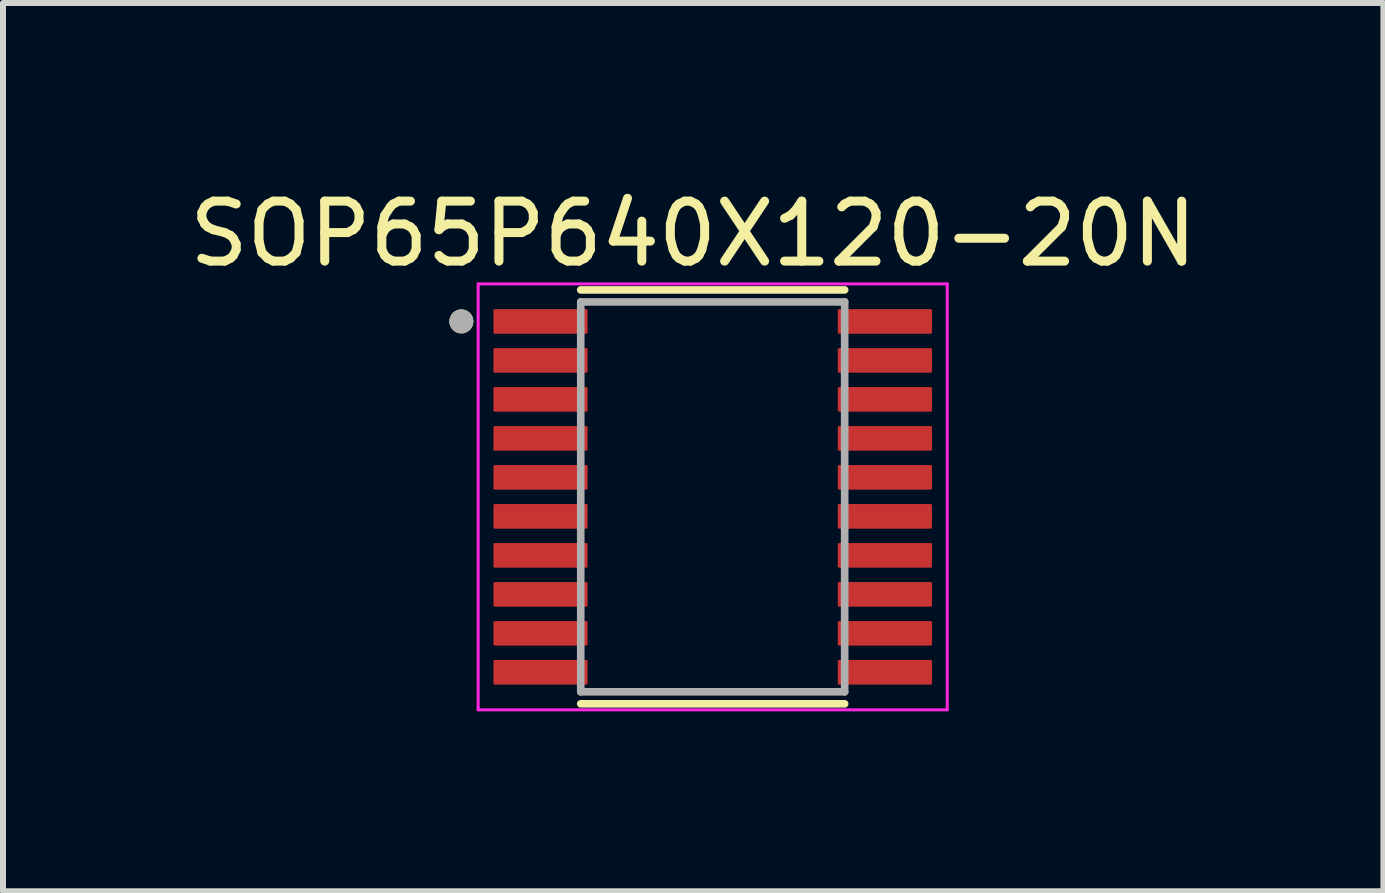
<source format=kicad_pcb>
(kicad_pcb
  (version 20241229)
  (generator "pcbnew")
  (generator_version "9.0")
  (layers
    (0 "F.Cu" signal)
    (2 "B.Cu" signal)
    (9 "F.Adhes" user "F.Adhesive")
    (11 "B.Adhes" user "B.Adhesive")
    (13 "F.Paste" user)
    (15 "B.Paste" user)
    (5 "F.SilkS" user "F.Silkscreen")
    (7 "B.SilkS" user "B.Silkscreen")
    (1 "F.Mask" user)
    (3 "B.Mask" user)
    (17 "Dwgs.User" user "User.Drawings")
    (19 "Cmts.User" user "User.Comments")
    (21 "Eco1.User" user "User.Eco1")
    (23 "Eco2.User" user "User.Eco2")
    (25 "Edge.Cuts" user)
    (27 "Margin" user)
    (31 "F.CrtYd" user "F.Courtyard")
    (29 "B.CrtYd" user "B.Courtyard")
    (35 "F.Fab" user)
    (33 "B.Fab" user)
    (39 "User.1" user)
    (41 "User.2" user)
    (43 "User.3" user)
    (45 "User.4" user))
  (footprint "SOP65P640X120-20N"
    (layer "F.Cu")
    (at 8.831 5.233)
    (property "Reference" "SOP65P640X120-20N" (at -0.325 -4.385 0) (layer "F.SilkS") (effects (font (size 1 1) (thickness 0.15))))
    (attr smd)
    (fp_line (start -2.2 -3.45) (end 2.2 -3.45) (stroke (width 0.127) (type solid)) (layer "F.SilkS"))
    (fp_line (start -2.2 3.45) (end 2.2 3.45) (stroke (width 0.127) (type solid)) (layer "F.SilkS"))
    (fp_circle (center -4.19 -2.925) (end -4.09 -2.925) (stroke (width 0.2) (type solid)) (fill no) (layer "F.SilkS"))
    (fp_line (start -3.91 -3.55) (end -3.91 3.55) (stroke (width 0.05) (type solid)) (layer "F.CrtYd"))
    (fp_line (start -3.91 -3.55) (end 3.91 -3.55) (stroke (width 0.05) (type solid)) (layer "F.CrtYd"))
    (fp_line (start -3.91 3.55) (end 3.91 3.55) (stroke (width 0.05) (type solid)) (layer "F.CrtYd"))
    (fp_line (start 3.91 -3.55) (end 3.91 3.55) (stroke (width 0.05) (type solid)) (layer "F.CrtYd"))
    (fp_line (start -2.2 -3.25) (end -2.2 3.25) (stroke (width 0.127) (type solid)) (layer "F.Fab"))
    (fp_line (start -2.2 -3.25) (end 2.2 -3.25) (stroke (width 0.127) (type solid)) (layer "F.Fab"))
    (fp_line (start -2.2 3.25) (end 2.2 3.25) (stroke (width 0.127) (type solid)) (layer "F.Fab"))
    (fp_line (start 2.2 -3.25) (end 2.2 3.25) (stroke (width 0.127) (type solid)) (layer "F.Fab"))
    (fp_circle (center -4.19 -2.925) (end -4.09 -2.925) (stroke (width 0.2) (type solid)) (fill no) (layer "F.Fab"))
    (pad "1" smd roundrect (at -2.87 -2.925) (size 1.57 0.41) (layers "F.Cu" "F.Mask" "F.Paste") (roundrect_rratio 0.05))
    (pad "2" smd roundrect (at -2.87 -2.275) (size 1.57 0.41) (layers "F.Cu" "F.Mask" "F.Paste") (roundrect_rratio 0.05))
    (pad "3" smd roundrect (at -2.87 -1.625) (size 1.57 0.41) (layers "F.Cu" "F.Mask" "F.Paste") (roundrect_rratio 0.05))
    (pad "4" smd roundrect (at -2.87 -0.975) (size 1.57 0.41) (layers "F.Cu" "F.Mask" "F.Paste") (roundrect_rratio 0.05))
    (pad "5" smd roundrect (at -2.87 -0.325) (size 1.57 0.41) (layers "F.Cu" "F.Mask" "F.Paste") (roundrect_rratio 0.05))
    (pad "6" smd roundrect (at -2.87 0.325) (size 1.57 0.41) (layers "F.Cu" "F.Mask" "F.Paste") (roundrect_rratio 0.05))
    (pad "7" smd roundrect (at -2.87 0.975) (size 1.57 0.41) (layers "F.Cu" "F.Mask" "F.Paste") (roundrect_rratio 0.05))
    (pad "8" smd roundrect (at -2.87 1.625) (size 1.57 0.41) (layers "F.Cu" "F.Mask" "F.Paste") (roundrect_rratio 0.05))
    (pad "9" smd roundrect (at -2.87 2.275) (size 1.57 0.41) (layers "F.Cu" "F.Mask" "F.Paste") (roundrect_rratio 0.05))
    (pad "10" smd roundrect (at -2.87 2.925) (size 1.57 0.41) (layers "F.Cu" "F.Mask" "F.Paste") (roundrect_rratio 0.05))
    (pad "11" smd roundrect (at 2.87 2.925) (size 1.57 0.41) (layers "F.Cu" "F.Mask" "F.Paste") (roundrect_rratio 0.05))
    (pad "12" smd roundrect (at 2.87 2.275) (size 1.57 0.41) (layers "F.Cu" "F.Mask" "F.Paste") (roundrect_rratio 0.05))
    (pad "13" smd roundrect (at 2.87 1.625) (size 1.57 0.41) (layers "F.Cu" "F.Mask" "F.Paste") (roundrect_rratio 0.05))
    (pad "14" smd roundrect (at 2.87 0.975) (size 1.57 0.41) (layers "F.Cu" "F.Mask" "F.Paste") (roundrect_rratio 0.05))
    (pad "15" smd roundrect (at 2.87 0.325) (size 1.57 0.41) (layers "F.Cu" "F.Mask" "F.Paste") (roundrect_rratio 0.05))
    (pad "16" smd roundrect (at 2.87 -0.325) (size 1.57 0.41) (layers "F.Cu" "F.Mask" "F.Paste") (roundrect_rratio 0.05))
    (pad "17" smd roundrect (at 2.87 -0.975) (size 1.57 0.41) (layers "F.Cu" "F.Mask" "F.Paste") (roundrect_rratio 0.05))
    (pad "18" smd roundrect (at 2.87 -1.625) (size 1.57 0.41) (layers "F.Cu" "F.Mask" "F.Paste") (roundrect_rratio 0.05))
    (pad "19" smd roundrect (at 2.87 -2.275) (size 1.57 0.41) (layers "F.Cu" "F.Mask" "F.Paste") (roundrect_rratio 0.05))
    (pad "20" smd roundrect (at 2.87 -2.925) (size 1.57 0.41) (layers "F.Cu" "F.Mask" "F.Paste") (roundrect_rratio 0.05)))
  (gr_rect
    (start -3 -3)
    (end 20.012 11.808)
    (stroke (width 0.1) (type default))
    (fill no)
    (layer "Edge.Cuts")))
</source>
